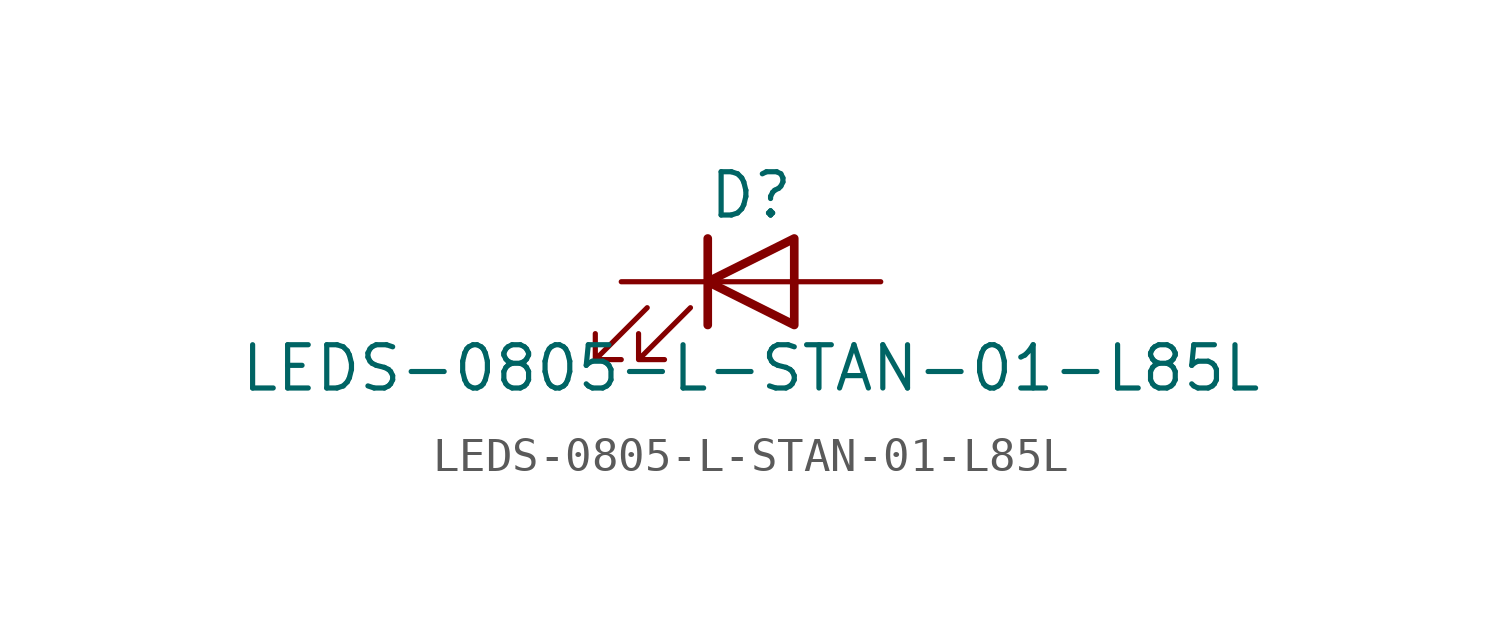
<source format=kicad_sym>
(kicad_symbol_lib
  (version 20211014)
  (generator kicad_symbol_editor)
  (symbol "LEDS-0805-L-STAN-01-L85L"
    (pin_numbers hide)
    (pin_names
      (offset 1.016) hide)
    (property "Reference" "D"
      (at 0 2.54 0)
      (effects (font (size 1.27 1.27))))
    (property "Value" "LEDS-0805-L-STAN-01-L85L"
      (at 0 -2.54 0)
      (effects (font (size 1.27 1.27))))
    (symbol "LEDS-0805-L-STAN-01-L85L_0_1"
      (polyline (pts (xy -1.27 -1.27) (xy -1.27 1.27)) (stroke (width 0.254) (type default) (color 0 0 0 0)) (fill (type none)))
      (polyline (pts (xy -1.27 0) (xy 1.27 0)) (stroke (width 0) (type default) (color 0 0 0 0)) (fill (type none)))
      (polyline (pts (xy 1.27 -1.27) (xy 1.27 1.27) (xy -1.27 0) (xy 1.27 -1.27)) (stroke (width 0.254) (type default) (color 0 0 0 0)) (fill (type none)))
      (polyline (pts (xy -3.048 -0.762) (xy -4.572 -2.286) (xy -3.81 -2.286) (xy -4.572 -2.286) (xy -4.572 -1.524)) (stroke (width 0) (type default) (color 0 0 0 0)) (fill (type none)))
      (polyline (pts (xy -1.778 -0.762) (xy -3.302 -2.286) (xy -2.54 -2.286) (xy -3.302 -2.286) (xy -3.302 -1.524)) (stroke (width 0) (type default) (color 0 0 0 0)) (fill (type none))))
    (symbol "LEDS-0805-L-STAN-01-L85L_1_1"
      (pin passive line (at -3.81 0 0) (length 2.54) (name "K" (effects (font (size 1.27 1.27)))) (number "1" (effects (font (size 1.27 1.27)))))
      (pin passive line (at 3.81 0 180) (length 2.54) (name "A" (effects (font (size 1.27 1.27)))) (number "2" (effects (font (size 1.27 1.27))))))))
</source>
